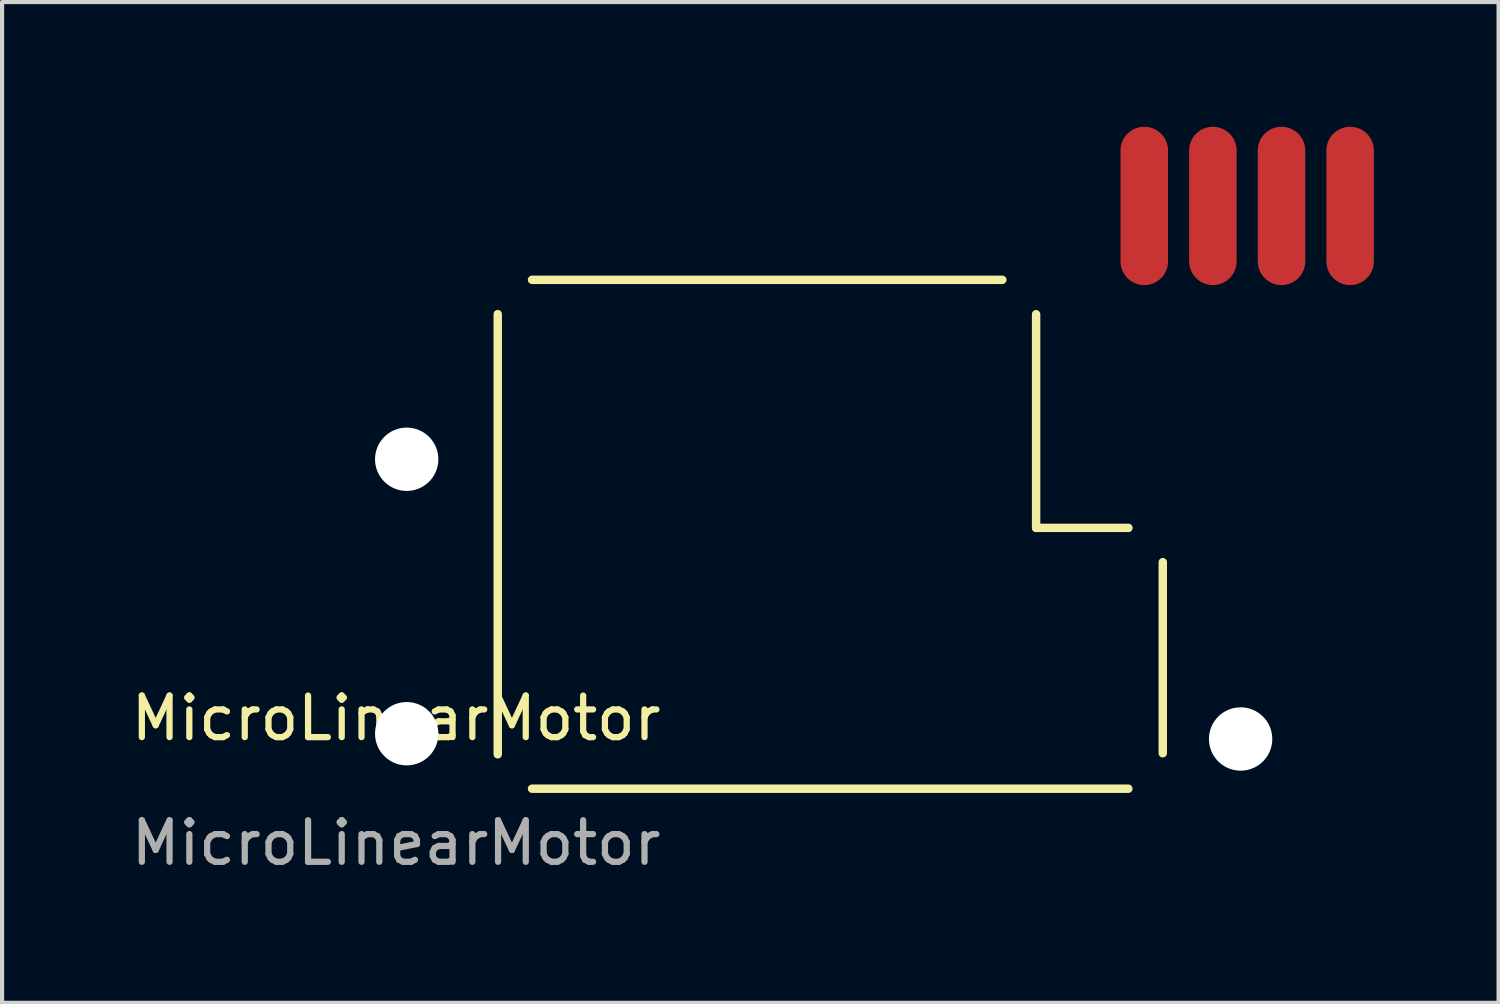
<source format=kicad_pcb>
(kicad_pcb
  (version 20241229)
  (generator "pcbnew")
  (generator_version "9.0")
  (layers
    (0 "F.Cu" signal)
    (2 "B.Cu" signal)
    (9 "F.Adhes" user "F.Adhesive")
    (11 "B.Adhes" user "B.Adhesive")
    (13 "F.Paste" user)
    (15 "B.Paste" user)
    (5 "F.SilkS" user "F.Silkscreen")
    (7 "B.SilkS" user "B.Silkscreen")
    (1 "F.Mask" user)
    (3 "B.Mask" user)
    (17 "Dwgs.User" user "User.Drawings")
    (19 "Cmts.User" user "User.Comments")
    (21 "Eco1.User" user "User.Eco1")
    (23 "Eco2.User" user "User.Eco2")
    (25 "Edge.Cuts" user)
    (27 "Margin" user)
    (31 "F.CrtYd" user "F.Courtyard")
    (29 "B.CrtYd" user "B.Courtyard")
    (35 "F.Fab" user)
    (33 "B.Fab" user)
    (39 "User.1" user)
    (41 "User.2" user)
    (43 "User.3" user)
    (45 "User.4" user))
  (footprint "MicroLinearMotor"
    (layer "F.Cu")
    (at 6.482 14.732)
    (property "Reference" "MicroLinearMotor" (at 0 -0.5 0) (unlocked yes) (layer "F.SilkS") (effects (font (size 1 1) (thickness 0.15))))
    (attr smd)
    (fp_line (start 2.445 0.368) (end 2.445 -10.223) (stroke (width 0.203) (type solid)) (layer "F.SilkS"))
    (fp_line (start 3.27 -11.049) (end 14.586 -11.049) (stroke (width 0.203) (type solid)) (layer "F.SilkS"))
    (fp_line (start 3.27 1.196) (end 17.619 1.196) (stroke (width 0.203) (type solid)) (layer "F.SilkS"))
    (fp_line (start 15.399 -5.08) (end 15.399 -10.221) (stroke (width 0.203) (type solid)) (layer "F.SilkS"))
    (fp_line (start 15.399 -5.08) (end 17.621 -5.08) (stroke (width 0.203) (type solid)) (layer "F.SilkS"))
    (fp_line (start 18.447 0.343) (end 18.447 -4.255) (stroke (width 0.203) (type solid)) (layer "F.SilkS"))
    (fp_text user "${REFERENCE}" (at 0 2.5 0) (unlocked yes) (layer "F.Fab") (effects (font (size 1 1) (thickness 0.15))))
    (pad "" np_thru_hole circle (at 0.254 -6.731 270) (size 1.524 1.524) (drill 1.524) (layers "*.Cu"))
    (pad "" np_thru_hole circle (at 0.254 -0.127 270) (size 1.524 1.524) (drill 1.524) (layers "*.Cu"))
    (pad "" np_thru_hole circle (at 20.32 0 270) (size 1.524 1.524) (drill 1.524) (layers "*.Cu"))
    (pad "1" smd oval (at 22.955 -12.827) (size 1.143 3.81) (layers "F.Cu"))
    (pad "2" smd oval (at 21.304 -12.827) (size 1.143 3.81) (layers "F.Cu"))
    (pad "3" smd oval (at 19.653 -12.827) (size 1.143 3.81) (layers "F.Cu"))
    (pad "4" smd oval (at 18.002 -12.827) (size 1.143 3.81) (layers "F.Cu")))
  (gr_rect
    (start -3 -3)
    (end 33.009 21.08)
    (stroke (width 0.1) (type default))
    (fill no)
    (layer "Edge.Cuts")))
</source>
